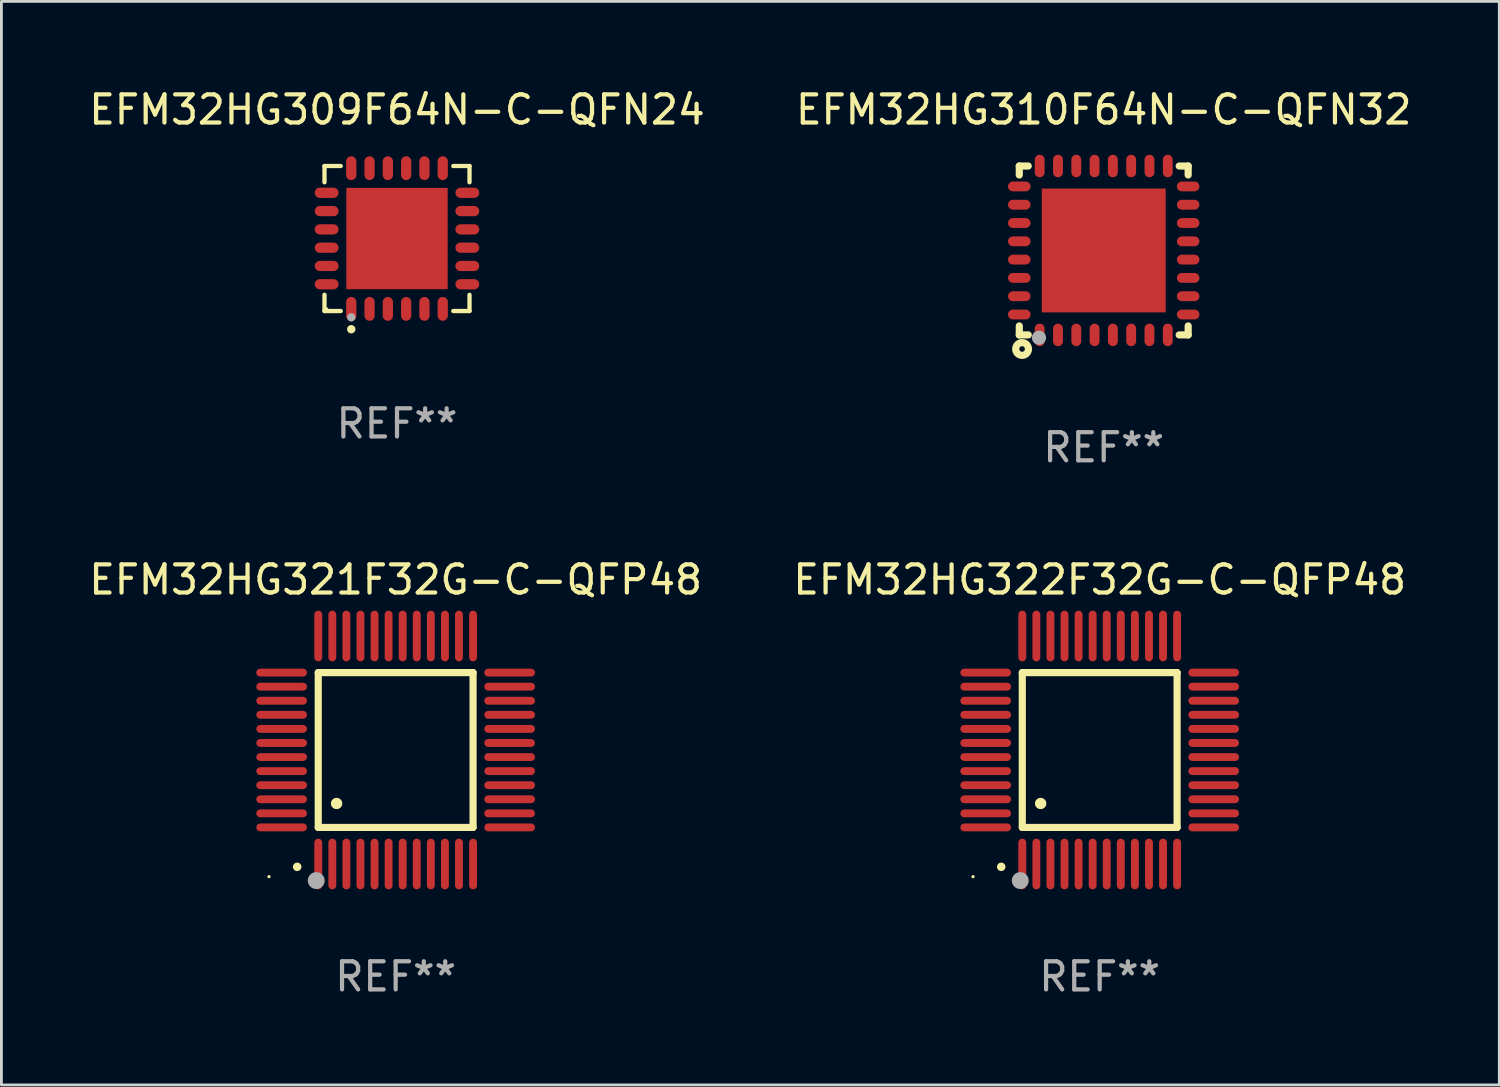
<source format=kicad_pcb>
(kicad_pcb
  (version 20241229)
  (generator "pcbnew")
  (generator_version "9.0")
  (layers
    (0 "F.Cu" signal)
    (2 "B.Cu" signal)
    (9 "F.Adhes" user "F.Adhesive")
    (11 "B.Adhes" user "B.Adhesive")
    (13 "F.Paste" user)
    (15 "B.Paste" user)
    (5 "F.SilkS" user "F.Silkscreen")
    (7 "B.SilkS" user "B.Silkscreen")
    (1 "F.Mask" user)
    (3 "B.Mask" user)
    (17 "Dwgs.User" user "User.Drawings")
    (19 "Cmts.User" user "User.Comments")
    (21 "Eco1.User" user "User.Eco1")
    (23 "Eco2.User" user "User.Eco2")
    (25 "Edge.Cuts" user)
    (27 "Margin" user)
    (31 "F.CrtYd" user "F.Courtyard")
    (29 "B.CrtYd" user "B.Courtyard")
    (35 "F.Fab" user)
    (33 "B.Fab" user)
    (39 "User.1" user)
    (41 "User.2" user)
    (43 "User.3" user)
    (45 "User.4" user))
  (footprint "EFM32HG322F32G-C-QFP48"
    (layer "F.Cu")
    (at 36.018 23.595)
    (property "Reference" "EFM32HG322F32G-C-QFP48" (at 0 -6.05 0) (layer "F.SilkS") (effects (font (size 1 1) (thickness 0.15))))
    (attr through_hole)
    (fp_line (start -2.75 -2.75) (end 2.75 -2.75) (stroke (width 0.254) (type solid)) (layer "F.SilkS"))
    (fp_line (start -2.75 2.75) (end -2.75 -2.75) (stroke (width 0.254) (type solid)) (layer "F.SilkS"))
    (fp_line (start 2.75 -2.75) (end 2.75 2.75) (stroke (width 0.254) (type solid)) (layer "F.SilkS"))
    (fp_line (start 2.75 2.75) (end -2.75 2.75) (stroke (width 0.254) (type solid)) (layer "F.SilkS"))
    (fp_arc (start -3.500127 4.150368) (mid -3.498857 4.150363) (end -3.497587 4.150368) (stroke (width 0.3) (type solid)) (layer "F.SilkS"))
    (fp_arc (start -2.100584 1.899924) (mid -2.098044 1.899908) (end -2.095504 1.899924) (stroke (width 0.4) (type solid)) (layer "F.SilkS"))
    (fp_circle (center -4.5 4.5) (end -4.47 4.5) (stroke (width 0.06) (type solid)) (fill no) (layer "F.SilkS"))
    (fp_circle (center -2.822 4.638) (end -2.672 4.638) (stroke (width 0.3) (type solid)) (fill no) (layer "F.Fab"))
    (fp_text user "REF**" (at 0 8.05 0) (layer "F.Fab") (effects (font (size 1 1) (thickness 0.15))))
    (pad "1" smd oval (at -2.75 4.05) (size 0.28 1.8) (layers "F.Cu" "F.Mask" "F.Paste"))
    (pad "2" smd oval (at -2.25 4.05) (size 0.28 1.8) (layers "F.Cu" "F.Mask" "F.Paste"))
    (pad "3" smd oval (at -1.75 4.05) (size 0.28 1.8) (layers "F.Cu" "F.Mask" "F.Paste"))
    (pad "4" smd oval (at -1.25 4.05) (size 0.28 1.8) (layers "F.Cu" "F.Mask" "F.Paste"))
    (pad "5" smd oval (at -0.75 4.05) (size 0.28 1.8) (layers "F.Cu" "F.Mask" "F.Paste"))
    (pad "6" smd oval (at -0.25 4.05) (size 0.28 1.8) (layers "F.Cu" "F.Mask" "F.Paste"))
    (pad "7" smd oval (at 0.25 4.05) (size 0.28 1.8) (layers "F.Cu" "F.Mask" "F.Paste"))
    (pad "8" smd oval (at 0.75 4.05) (size 0.28 1.8) (layers "F.Cu" "F.Mask" "F.Paste"))
    (pad "9" smd oval (at 1.25 4.05) (size 0.28 1.8) (layers "F.Cu" "F.Mask" "F.Paste"))
    (pad "10" smd oval (at 1.75 4.05) (size 0.28 1.8) (layers "F.Cu" "F.Mask" "F.Paste"))
    (pad "11" smd oval (at 2.25 4.05) (size 0.28 1.8) (layers "F.Cu" "F.Mask" "F.Paste"))
    (pad "12" smd oval (at 2.75 4.05) (size 0.28 1.8) (layers "F.Cu" "F.Mask" "F.Paste"))
    (pad "13" smd oval (at 4.05 2.75) (size 1.8 0.28) (layers "F.Cu" "F.Mask" "F.Paste"))
    (pad "14" smd oval (at 4.05 2.25) (size 1.8 0.28) (layers "F.Cu" "F.Mask" "F.Paste"))
    (pad "15" smd oval (at 4.05 1.75) (size 1.8 0.28) (layers "F.Cu" "F.Mask" "F.Paste"))
    (pad "16" smd oval (at 4.05 1.25) (size 1.8 0.28) (layers "F.Cu" "F.Mask" "F.Paste"))
    (pad "17" smd oval (at 4.05 0.75) (size 1.8 0.28) (layers "F.Cu" "F.Mask" "F.Paste"))
    (pad "18" smd oval (at 4.05 0.25) (size 1.8 0.28) (layers "F.Cu" "F.Mask" "F.Paste"))
    (pad "19" smd oval (at 4.05 -0.25) (size 1.8 0.28) (layers "F.Cu" "F.Mask" "F.Paste"))
    (pad "20" smd oval (at 4.05 -0.75) (size 1.8 0.28) (layers "F.Cu" "F.Mask" "F.Paste"))
    (pad "21" smd oval (at 4.05 -1.25) (size 1.8 0.28) (layers "F.Cu" "F.Mask" "F.Paste"))
    (pad "22" smd oval (at 4.05 -1.75) (size 1.8 0.28) (layers "F.Cu" "F.Mask" "F.Paste"))
    (pad "23" smd oval (at 4.05 -2.25) (size 1.8 0.28) (layers "F.Cu" "F.Mask" "F.Paste"))
    (pad "24" smd oval (at 4.05 -2.75) (size 1.8 0.28) (layers "F.Cu" "F.Mask" "F.Paste"))
    (pad "25" smd oval (at 2.75 -4.05) (size 0.28 1.8) (layers "F.Cu" "F.Mask" "F.Paste"))
    (pad "26" smd oval (at 2.25 -4.05) (size 0.28 1.8) (layers "F.Cu" "F.Mask" "F.Paste"))
    (pad "27" smd oval (at 1.75 -4.05) (size 0.28 1.8) (layers "F.Cu" "F.Mask" "F.Paste"))
    (pad "28" smd oval (at 1.25 -4.05) (size 0.28 1.8) (layers "F.Cu" "F.Mask" "F.Paste"))
    (pad "29" smd oval (at 0.75 -4.05) (size 0.28 1.8) (layers "F.Cu" "F.Mask" "F.Paste"))
    (pad "30" smd oval (at 0.25 -4.05) (size 0.28 1.8) (layers "F.Cu" "F.Mask" "F.Paste"))
    (pad "31" smd oval (at -0.25 -4.05) (size 0.28 1.8) (layers "F.Cu" "F.Mask" "F.Paste"))
    (pad "32" smd oval (at -0.75 -4.05) (size 0.28 1.8) (layers "F.Cu" "F.Mask" "F.Paste"))
    (pad "33" smd oval (at -1.25 -4.05) (size 0.28 1.8) (layers "F.Cu" "F.Mask" "F.Paste"))
    (pad "34" smd oval (at -1.75 -4.05) (size 0.28 1.8) (layers "F.Cu" "F.Mask" "F.Paste"))
    (pad "35" smd oval (at -2.25 -4.05) (size 0.28 1.8) (layers "F.Cu" "F.Mask" "F.Paste"))
    (pad "36" smd oval (at -2.75 -4.05) (size 0.28 1.8) (layers "F.Cu" "F.Mask" "F.Paste"))
    (pad "37" smd oval (at -4.05 -2.75) (size 1.8 0.28) (layers "F.Cu" "F.Mask" "F.Paste"))
    (pad "38" smd oval (at -4.05 -2.25) (size 1.8 0.28) (layers "F.Cu" "F.Mask" "F.Paste"))
    (pad "39" smd oval (at -4.05 -1.75) (size 1.8 0.28) (layers "F.Cu" "F.Mask" "F.Paste"))
    (pad "40" smd oval (at -4.05 -1.25) (size 1.8 0.28) (layers "F.Cu" "F.Mask" "F.Paste"))
    (pad "41" smd oval (at -4.05 -0.75) (size 1.8 0.28) (layers "F.Cu" "F.Mask" "F.Paste"))
    (pad "42" smd oval (at -4.05 -0.25) (size 1.8 0.28) (layers "F.Cu" "F.Mask" "F.Paste"))
    (pad "43" smd oval (at -4.05 0.25) (size 1.8 0.28) (layers "F.Cu" "F.Mask" "F.Paste"))
    (pad "44" smd oval (at -4.05 0.75) (size 1.8 0.28) (layers "F.Cu" "F.Mask" "F.Paste"))
    (pad "45" smd oval (at -4.05 1.25) (size 1.8 0.28) (layers "F.Cu" "F.Mask" "F.Paste"))
    (pad "46" smd oval (at -4.05 1.75) (size 1.8 0.28) (layers "F.Cu" "F.Mask" "F.Paste"))
    (pad "47" smd oval (at -4.05 2.25) (size 1.8 0.28) (layers "F.Cu" "F.Mask" "F.Paste"))
    (pad "48" smd oval (at -4.05 2.75) (size 1.8 0.28) (layers "F.Cu" "F.Mask" "F.Paste")))
  (footprint "EFM32HG309F64N-C-QFN24"
    (layer "F.Cu")
    (at 11.054 5.424)
    (property "Reference" "EFM32HG309F64N-C-QFN24" (at 0 -4.576 0) (layer "F.SilkS") (effects (font (size 1 1) (thickness 0.15))))
    (attr through_hole)
    (fp_line (start -2.576 -2.576) (end -1.998 -2.576) (stroke (width 0.152) (type solid)) (layer "F.SilkS"))
    (fp_line (start -2.576 -1.998) (end -2.576 -2.576) (stroke (width 0.152) (type solid)) (layer "F.SilkS"))
    (fp_line (start -2.576 1.998) (end -2.576 2.576) (stroke (width 0.152) (type solid)) (layer "F.SilkS"))
    (fp_line (start -2.576 2.576) (end -1.998 2.576) (stroke (width 0.152) (type solid)) (layer "F.SilkS"))
    (fp_line (start 2.576 -2.576) (end 1.998 -2.576) (stroke (width 0.152) (type solid)) (layer "F.SilkS"))
    (fp_line (start 2.576 -1.998) (end 2.576 -2.576) (stroke (width 0.152) (type solid)) (layer "F.SilkS"))
    (fp_line (start 2.576 1.998) (end 2.576 2.576) (stroke (width 0.152) (type solid)) (layer "F.SilkS"))
    (fp_line (start 2.576 2.576) (end 1.998 2.576) (stroke (width 0.152) (type solid)) (layer "F.SilkS"))
    (fp_circle (center -2.5 2.5) (end -2.47 2.5) (stroke (width 0.06) (type solid)) (fill no) (layer "F.SilkS"))
    (fp_circle (center -1.625 3.222) (end -1.55 3.222) (stroke (width 0.15) (type solid)) (fill no) (layer "F.SilkS"))
    (fp_circle (center -1.625 2.8) (end -1.55 2.8) (stroke (width 0.15) (type solid)) (fill no) (layer "F.Fab"))
    (fp_text user "REF**" (at 0 6.576 0) (layer "F.Fab") (effects (font (size 1 1) (thickness 0.15))))
    (pad "1" smd oval (at -1.625 2.499) (size 0.364 0.847) (layers "F.Cu" "F.Mask" "F.Paste"))
    (pad "2" smd oval (at -0.975 2.499) (size 0.364 0.847) (layers "F.Cu" "F.Mask" "F.Paste"))
    (pad "3" smd oval (at -0.325 2.499) (size 0.364 0.847) (layers "F.Cu" "F.Mask" "F.Paste"))
    (pad "4" smd oval (at 0.325 2.499) (size 0.364 0.847) (layers "F.Cu" "F.Mask" "F.Paste"))
    (pad "5" smd oval (at 0.975 2.499) (size 0.364 0.847) (layers "F.Cu" "F.Mask" "F.Paste"))
    (pad "6" smd oval (at 1.625 2.499) (size 0.364 0.847) (layers "F.Cu" "F.Mask" "F.Paste"))
    (pad "7" smd oval (at 2.499 1.625) (size 0.847 0.364) (layers "F.Cu" "F.Mask" "F.Paste"))
    (pad "8" smd oval (at 2.499 0.975) (size 0.847 0.364) (layers "F.Cu" "F.Mask" "F.Paste"))
    (pad "9" smd oval (at 2.499 0.325) (size 0.847 0.364) (layers "F.Cu" "F.Mask" "F.Paste"))
    (pad "10" smd oval (at 2.499 -0.325) (size 0.847 0.364) (layers "F.Cu" "F.Mask" "F.Paste"))
    (pad "11" smd oval (at 2.499 -0.975) (size 0.847 0.364) (layers "F.Cu" "F.Mask" "F.Paste"))
    (pad "12" smd oval (at 2.499 -1.625) (size 0.847 0.364) (layers "F.Cu" "F.Mask" "F.Paste"))
    (pad "13" smd oval (at 1.625 -2.499) (size 0.364 0.847) (layers "F.Cu" "F.Mask" "F.Paste"))
    (pad "14" smd oval (at 0.975 -2.499) (size 0.364 0.847) (layers "F.Cu" "F.Mask" "F.Paste"))
    (pad "15" smd oval (at 0.325 -2.499) (size 0.364 0.847) (layers "F.Cu" "F.Mask" "F.Paste"))
    (pad "16" smd oval (at -0.325 -2.499) (size 0.364 0.847) (layers "F.Cu" "F.Mask" "F.Paste"))
    (pad "17" smd oval (at -0.975 -2.499) (size 0.364 0.847) (layers "F.Cu" "F.Mask" "F.Paste"))
    (pad "18" smd oval (at -1.625 -2.499) (size 0.364 0.847) (layers "F.Cu" "F.Mask" "F.Paste"))
    (pad "19" smd oval (at -2.499 -1.625) (size 0.847 0.364) (layers "F.Cu" "F.Mask" "F.Paste"))
    (pad "20" smd oval (at -2.499 -0.975) (size 0.847 0.364) (layers "F.Cu" "F.Mask" "F.Paste"))
    (pad "21" smd oval (at -2.499 -0.325) (size 0.847 0.364) (layers "F.Cu" "F.Mask" "F.Paste"))
    (pad "22" smd oval (at -2.499 0.325) (size 0.847 0.364) (layers "F.Cu" "F.Mask" "F.Paste"))
    (pad "23" smd oval (at -2.499 0.975) (size 0.847 0.364) (layers "F.Cu" "F.Mask" "F.Paste"))
    (pad "24" smd oval (at -2.499 1.625) (size 0.847 0.364) (layers "F.Cu" "F.Mask" "F.Paste"))
    (pad "25" smd rect (at 0 0) (size 3.6 3.6) (layers "F.Cu" "F.Mask" "F.Paste")))
  (footprint "EFM32HG310F64N-C-QFN32"
    (layer "F.Cu")
    (at 36.161 5.848)
    (property "Reference" "EFM32HG310F64N-C-QFN32" (at 0 -5 0) (layer "F.SilkS") (effects (font (size 1 1) (thickness 0.15))))
    (attr through_hole)
    (fp_line (start -3 -3) (end -3 -2.681) (stroke (width 0.254) (type solid)) (layer "F.SilkS"))
    (fp_line (start -3 -3) (end -2.681 -3) (stroke (width 0.254) (type solid)) (layer "F.SilkS"))
    (fp_line (start -3 2.681) (end -3 3) (stroke (width 0.254) (type solid)) (layer "F.SilkS"))
    (fp_line (start -3 3) (end -2.681 3) (stroke (width 0.254) (type solid)) (layer "F.SilkS"))
    (fp_line (start 2.681 -3) (end 3 -3) (stroke (width 0.254) (type solid)) (layer "F.SilkS"))
    (fp_line (start 2.681 3) (end 3 3) (stroke (width 0.254) (type solid)) (layer "F.SilkS"))
    (fp_line (start 3 -3) (end 3 -2.681) (stroke (width 0.254) (type solid)) (layer "F.SilkS"))
    (fp_line (start 3 2.681) (end 3 3) (stroke (width 0.254) (type solid)) (layer "F.SilkS"))
    (fp_circle (center -3 3) (end -2.97 3) (stroke (width 0.06) (type solid)) (fill no) (layer "F.SilkS"))
    (fp_circle (center -2.9 3.5) (end -2.8 3.5) (stroke (width 0.254) (type solid)) (fill no) (layer "F.SilkS"))
    (fp_circle (center -2.3 3.1) (end -2.173 3.1) (stroke (width 0.254) (type solid)) (fill no) (layer "F.Fab"))
    (fp_text user "REF**" (at 0 7 0) (layer "F.Fab") (effects (font (size 1 1) (thickness 0.15))))
    (pad "1" smd oval (at -2.275 3 180) (size 0.35 0.8) (layers "F.Cu" "F.Mask" "F.Paste"))
    (pad "2" smd oval (at -1.625 3 180) (size 0.35 0.8) (layers "F.Cu" "F.Mask" "F.Paste"))
    (pad "3" smd oval (at -0.975 3 180) (size 0.35 0.8) (layers "F.Cu" "F.Mask" "F.Paste"))
    (pad "4" smd oval (at -0.325 3 180) (size 0.35 0.8) (layers "F.Cu" "F.Mask" "F.Paste"))
    (pad "5" smd oval (at 0.325 3 180) (size 0.35 0.8) (layers "F.Cu" "F.Mask" "F.Paste"))
    (pad "6" smd oval (at 0.975 3 180) (size 0.35 0.8) (layers "F.Cu" "F.Mask" "F.Paste"))
    (pad "7" smd oval (at 1.625 3 180) (size 0.35 0.8) (layers "F.Cu" "F.Mask" "F.Paste"))
    (pad "8" smd oval (at 2.275 3 180) (size 0.35 0.8) (layers "F.Cu" "F.Mask" "F.Paste"))
    (pad "9" smd oval (at 3 2.275 90) (size 0.35 0.8) (layers "F.Cu" "F.Mask" "F.Paste"))
    (pad "10" smd oval (at 3 1.625 90) (size 0.35 0.8) (layers "F.Cu" "F.Mask" "F.Paste"))
    (pad "11" smd oval (at 3 0.975 90) (size 0.35 0.8) (layers "F.Cu" "F.Mask" "F.Paste"))
    (pad "12" smd oval (at 3 0.325 90) (size 0.35 0.8) (layers "F.Cu" "F.Mask" "F.Paste"))
    (pad "13" smd oval (at 3 -0.325 90) (size 0.35 0.8) (layers "F.Cu" "F.Mask" "F.Paste"))
    (pad "14" smd oval (at 3 -0.975 90) (size 0.35 0.8) (layers "F.Cu" "F.Mask" "F.Paste"))
    (pad "15" smd oval (at 3 -1.625 90) (size 0.35 0.8) (layers "F.Cu" "F.Mask" "F.Paste"))
    (pad "16" smd oval (at 3 -2.275 90) (size 0.35 0.8) (layers "F.Cu" "F.Mask" "F.Paste"))
    (pad "17" smd oval (at 2.275 -3 180) (size 0.35 0.8) (layers "F.Cu" "F.Mask" "F.Paste"))
    (pad "18" smd oval (at 1.625 -3 180) (size 0.35 0.8) (layers "F.Cu" "F.Mask" "F.Paste"))
    (pad "19" smd oval (at 0.975 -3 180) (size 0.35 0.8) (layers "F.Cu" "F.Mask" "F.Paste"))
    (pad "20" smd oval (at 0.325 -3 180) (size 0.35 0.8) (layers "F.Cu" "F.Mask" "F.Paste"))
    (pad "21" smd oval (at -0.325 -3 180) (size 0.35 0.8) (layers "F.Cu" "F.Mask" "F.Paste"))
    (pad "22" smd oval (at -0.975 -3 180) (size 0.35 0.8) (layers "F.Cu" "F.Mask" "F.Paste"))
    (pad "23" smd oval (at -1.625 -3 180) (size 0.35 0.8) (layers "F.Cu" "F.Mask" "F.Paste"))
    (pad "24" smd oval (at -2.275 -3 180) (size 0.35 0.8) (layers "F.Cu" "F.Mask" "F.Paste"))
    (pad "25" smd oval (at -3 -2.275 90) (size 0.35 0.8) (layers "F.Cu" "F.Mask" "F.Paste"))
    (pad "26" smd oval (at -3 -1.625 90) (size 0.35 0.8) (layers "F.Cu" "F.Mask" "F.Paste"))
    (pad "27" smd oval (at -3 -0.975 90) (size 0.35 0.8) (layers "F.Cu" "F.Mask" "F.Paste"))
    (pad "28" smd oval (at -3 -0.325 90) (size 0.35 0.8) (layers "F.Cu" "F.Mask" "F.Paste"))
    (pad "29" smd oval (at -3 0.325 90) (size 0.35 0.8) (layers "F.Cu" "F.Mask" "F.Paste"))
    (pad "30" smd oval (at -3 0.975 90) (size 0.35 0.8) (layers "F.Cu" "F.Mask" "F.Paste"))
    (pad "31" smd oval (at -3 1.625 90) (size 0.35 0.8) (layers "F.Cu" "F.Mask" "F.Paste"))
    (pad "32" smd oval (at -3 2.275 90) (size 0.35 0.8) (layers "F.Cu" "F.Mask" "F.Paste"))
    (pad "33" smd rect (at 0.000038 0.000038 90) (size 4.4 4.4) (layers "F.Cu" "F.Mask" "F.Paste")))
  (footprint "EFM32HG321F32G-C-QFP48"
    (layer "F.Cu")
    (at 11.006 23.595)
    (property "Reference" "EFM32HG321F32G-C-QFP48" (at 0 -6.05 0) (layer "F.SilkS") (effects (font (size 1 1) (thickness 0.15))))
    (attr through_hole)
    (fp_line (start -2.75 -2.75) (end 2.75 -2.75) (stroke (width 0.254) (type solid)) (layer "F.SilkS"))
    (fp_line (start -2.75 2.75) (end -2.75 -2.75) (stroke (width 0.254) (type solid)) (layer "F.SilkS"))
    (fp_line (start 2.75 -2.75) (end 2.75 2.75) (stroke (width 0.254) (type solid)) (layer "F.SilkS"))
    (fp_line (start 2.75 2.75) (end -2.75 2.75) (stroke (width 0.254) (type solid)) (layer "F.SilkS"))
    (fp_arc (start -3.500127 4.150368) (mid -3.498857 4.150363) (end -3.497587 4.150368) (stroke (width 0.3) (type solid)) (layer "F.SilkS"))
    (fp_arc (start -2.100584 1.899924) (mid -2.098044 1.899908) (end -2.095504 1.899924) (stroke (width 0.4) (type solid)) (layer "F.SilkS"))
    (fp_circle (center -4.5 4.5) (end -4.47 4.5) (stroke (width 0.06) (type solid)) (fill no) (layer "F.SilkS"))
    (fp_circle (center -2.822 4.638) (end -2.672 4.638) (stroke (width 0.3) (type solid)) (fill no) (layer "F.Fab"))
    (fp_text user "REF**" (at 0 8.05 0) (layer "F.Fab") (effects (font (size 1 1) (thickness 0.15))))
    (pad "1" smd oval (at -2.75 4.05) (size 0.28 1.8) (layers "F.Cu" "F.Mask" "F.Paste"))
    (pad "2" smd oval (at -2.25 4.05) (size 0.28 1.8) (layers "F.Cu" "F.Mask" "F.Paste"))
    (pad "3" smd oval (at -1.75 4.05) (size 0.28 1.8) (layers "F.Cu" "F.Mask" "F.Paste"))
    (pad "4" smd oval (at -1.25 4.05) (size 0.28 1.8) (layers "F.Cu" "F.Mask" "F.Paste"))
    (pad "5" smd oval (at -0.75 4.05) (size 0.28 1.8) (layers "F.Cu" "F.Mask" "F.Paste"))
    (pad "6" smd oval (at -0.25 4.05) (size 0.28 1.8) (layers "F.Cu" "F.Mask" "F.Paste"))
    (pad "7" smd oval (at 0.25 4.05) (size 0.28 1.8) (layers "F.Cu" "F.Mask" "F.Paste"))
    (pad "8" smd oval (at 0.75 4.05) (size 0.28 1.8) (layers "F.Cu" "F.Mask" "F.Paste"))
    (pad "9" smd oval (at 1.25 4.05) (size 0.28 1.8) (layers "F.Cu" "F.Mask" "F.Paste"))
    (pad "10" smd oval (at 1.75 4.05) (size 0.28 1.8) (layers "F.Cu" "F.Mask" "F.Paste"))
    (pad "11" smd oval (at 2.25 4.05) (size 0.28 1.8) (layers "F.Cu" "F.Mask" "F.Paste"))
    (pad "12" smd oval (at 2.75 4.05) (size 0.28 1.8) (layers "F.Cu" "F.Mask" "F.Paste"))
    (pad "13" smd oval (at 4.05 2.75) (size 1.8 0.28) (layers "F.Cu" "F.Mask" "F.Paste"))
    (pad "14" smd oval (at 4.05 2.25) (size 1.8 0.28) (layers "F.Cu" "F.Mask" "F.Paste"))
    (pad "15" smd oval (at 4.05 1.75) (size 1.8 0.28) (layers "F.Cu" "F.Mask" "F.Paste"))
    (pad "16" smd oval (at 4.05 1.25) (size 1.8 0.28) (layers "F.Cu" "F.Mask" "F.Paste"))
    (pad "17" smd oval (at 4.05 0.75) (size 1.8 0.28) (layers "F.Cu" "F.Mask" "F.Paste"))
    (pad "18" smd oval (at 4.05 0.25) (size 1.8 0.28) (layers "F.Cu" "F.Mask" "F.Paste"))
    (pad "19" smd oval (at 4.05 -0.25) (size 1.8 0.28) (layers "F.Cu" "F.Mask" "F.Paste"))
    (pad "20" smd oval (at 4.05 -0.75) (size 1.8 0.28) (layers "F.Cu" "F.Mask" "F.Paste"))
    (pad "21" smd oval (at 4.05 -1.25) (size 1.8 0.28) (layers "F.Cu" "F.Mask" "F.Paste"))
    (pad "22" smd oval (at 4.05 -1.75) (size 1.8 0.28) (layers "F.Cu" "F.Mask" "F.Paste"))
    (pad "23" smd oval (at 4.05 -2.25) (size 1.8 0.28) (layers "F.Cu" "F.Mask" "F.Paste"))
    (pad "24" smd oval (at 4.05 -2.75) (size 1.8 0.28) (layers "F.Cu" "F.Mask" "F.Paste"))
    (pad "25" smd oval (at 2.75 -4.05) (size 0.28 1.8) (layers "F.Cu" "F.Mask" "F.Paste"))
    (pad "26" smd oval (at 2.25 -4.05) (size 0.28 1.8) (layers "F.Cu" "F.Mask" "F.Paste"))
    (pad "27" smd oval (at 1.75 -4.05) (size 0.28 1.8) (layers "F.Cu" "F.Mask" "F.Paste"))
    (pad "28" smd oval (at 1.25 -4.05) (size 0.28 1.8) (layers "F.Cu" "F.Mask" "F.Paste"))
    (pad "29" smd oval (at 0.75 -4.05) (size 0.28 1.8) (layers "F.Cu" "F.Mask" "F.Paste"))
    (pad "30" smd oval (at 0.25 -4.05) (size 0.28 1.8) (layers "F.Cu" "F.Mask" "F.Paste"))
    (pad "31" smd oval (at -0.25 -4.05) (size 0.28 1.8) (layers "F.Cu" "F.Mask" "F.Paste"))
    (pad "32" smd oval (at -0.75 -4.05) (size 0.28 1.8) (layers "F.Cu" "F.Mask" "F.Paste"))
    (pad "33" smd oval (at -1.25 -4.05) (size 0.28 1.8) (layers "F.Cu" "F.Mask" "F.Paste"))
    (pad "34" smd oval (at -1.75 -4.05) (size 0.28 1.8) (layers "F.Cu" "F.Mask" "F.Paste"))
    (pad "35" smd oval (at -2.25 -4.05) (size 0.28 1.8) (layers "F.Cu" "F.Mask" "F.Paste"))
    (pad "36" smd oval (at -2.75 -4.05) (size 0.28 1.8) (layers "F.Cu" "F.Mask" "F.Paste"))
    (pad "37" smd oval (at -4.05 -2.75) (size 1.8 0.28) (layers "F.Cu" "F.Mask" "F.Paste"))
    (pad "38" smd oval (at -4.05 -2.25) (size 1.8 0.28) (layers "F.Cu" "F.Mask" "F.Paste"))
    (pad "39" smd oval (at -4.05 -1.75) (size 1.8 0.28) (layers "F.Cu" "F.Mask" "F.Paste"))
    (pad "40" smd oval (at -4.05 -1.25) (size 1.8 0.28) (layers "F.Cu" "F.Mask" "F.Paste"))
    (pad "41" smd oval (at -4.05 -0.75) (size 1.8 0.28) (layers "F.Cu" "F.Mask" "F.Paste"))
    (pad "42" smd oval (at -4.05 -0.25) (size 1.8 0.28) (layers "F.Cu" "F.Mask" "F.Paste"))
    (pad "43" smd oval (at -4.05 0.25) (size 1.8 0.28) (layers "F.Cu" "F.Mask" "F.Paste"))
    (pad "44" smd oval (at -4.05 0.75) (size 1.8 0.28) (layers "F.Cu" "F.Mask" "F.Paste"))
    (pad "45" smd oval (at -4.05 1.25) (size 1.8 0.28) (layers "F.Cu" "F.Mask" "F.Paste"))
    (pad "46" smd oval (at -4.05 1.75) (size 1.8 0.28) (layers "F.Cu" "F.Mask" "F.Paste"))
    (pad "47" smd oval (at -4.05 2.25) (size 1.8 0.28) (layers "F.Cu" "F.Mask" "F.Paste"))
    (pad "48" smd oval (at -4.05 2.75) (size 1.8 0.28) (layers "F.Cu" "F.Mask" "F.Paste")))
  (gr_rect
    (start -3 -3)
    (end 50.214 35.493)
    (stroke (width 0.1) (type default))
    (fill no)
    (layer "Edge.Cuts")))
</source>
